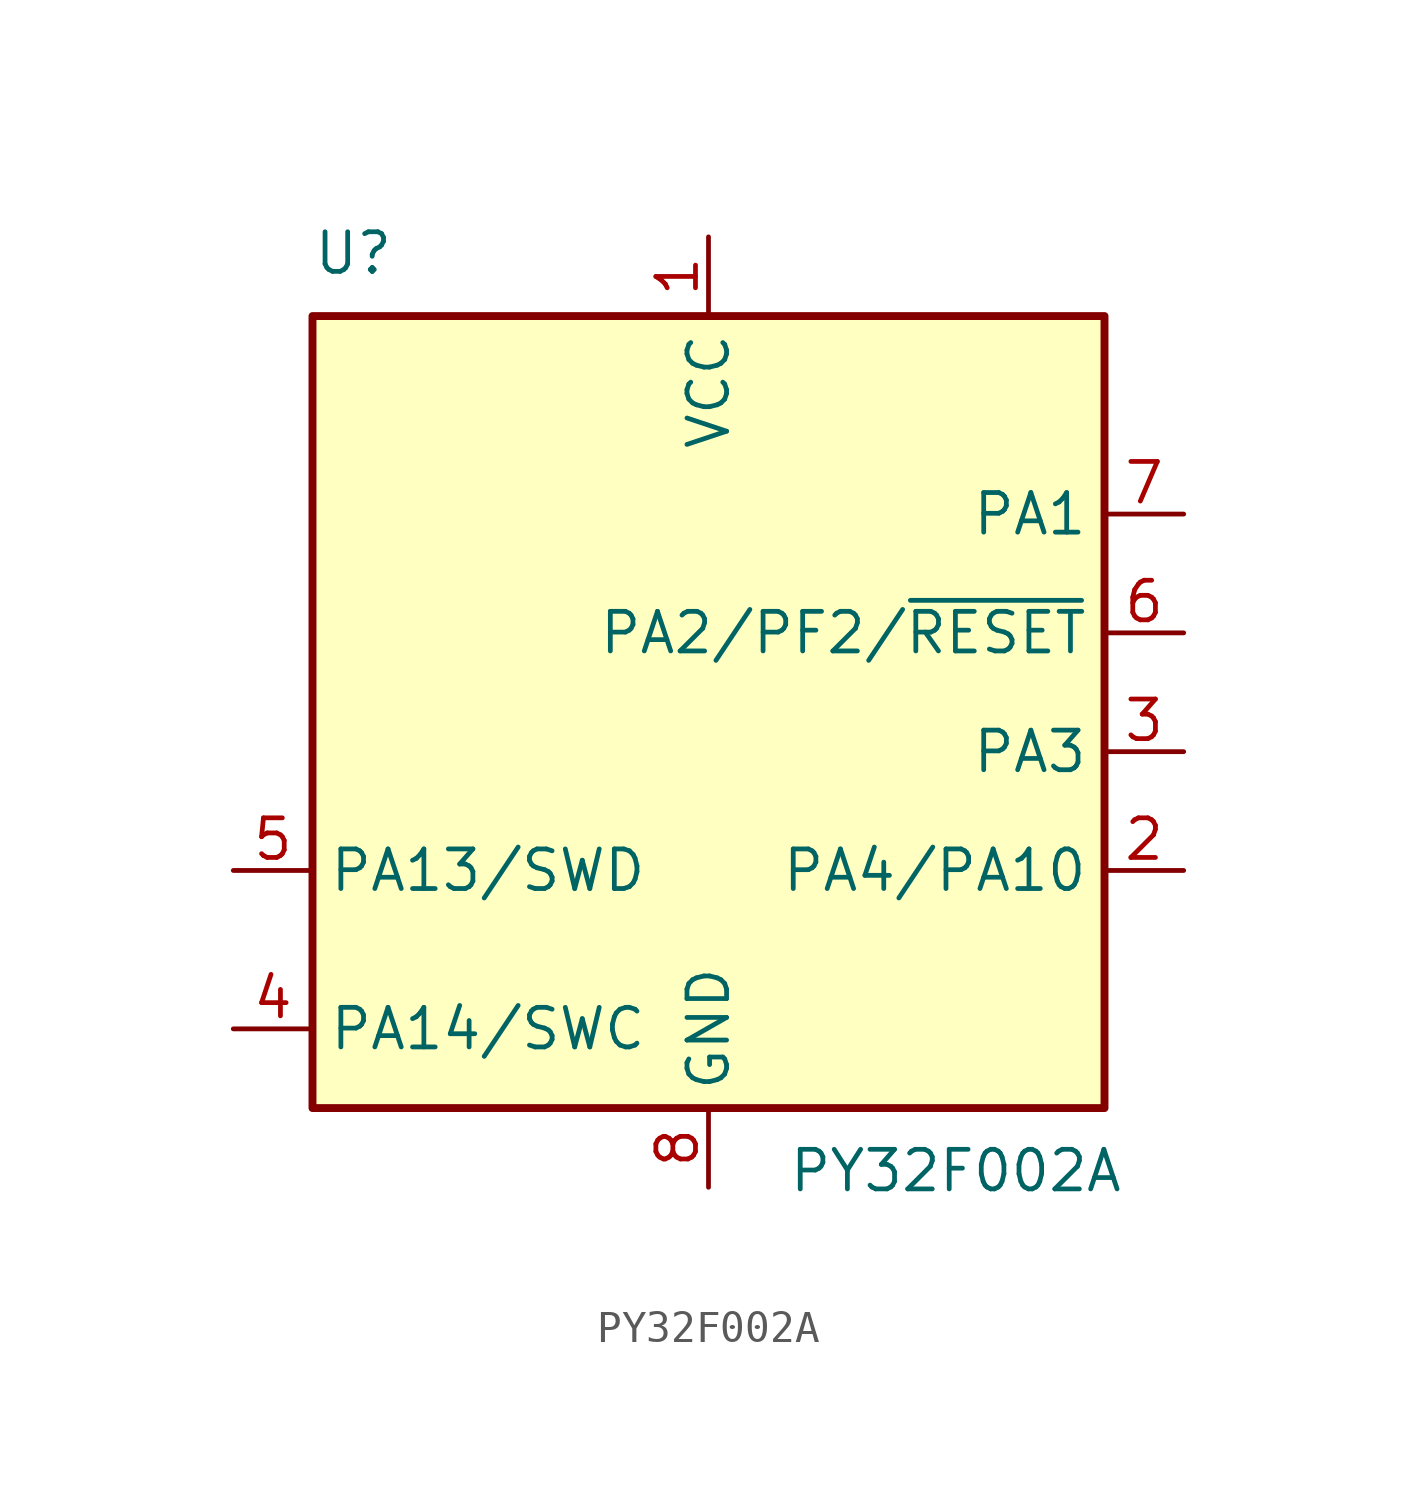
<source format=kicad_sym>
(kicad_symbol_lib
  (version 20211014)
  (generator kicad_symbol_editor)
  (symbol "PY32F002A"
    (property "Reference" "U"
      (at -12.7 13.97 0)
      (effects (font (size 1.27 1.27)) (justify left bottom)))
    (property "Value" "PY32F002A"
      (at 2.54 -13.97 0)
      (effects (font (size 1.27 1.27)) (justify left top)))
    (symbol "PY32F002A_0_1"
      (rectangle (start -12.7 -12.7) (end 12.7 12.7) (stroke (width 0.254) (type default) (color 0 0 0 0)) (fill (type background))))
    (symbol "PY32F002A_1_1"
      (pin power_in line (at 0 15.24 270) (length 2.54) (name "VCC" (effects (font (size 1.27 1.27)))) (number "1" (effects (font (size 1.27 1.27)))))
      (pin bidirectional line (at 15.24 -5.08 180) (length 2.54) (name "PA4/PA10" (effects (font (size 1.27 1.27)))) (number "2" (effects (font (size 1.27 1.27)))))
      (pin bidirectional line (at 15.24 -1.27 180) (length 2.54) (name "PA3" (effects (font (size 1.27 1.27)))) (number "3" (effects (font (size 1.27 1.27)))))
      (pin bidirectional line (at -15.24 -10.16 0) (length 2.54) (name "PA14/SWC" (effects (font (size 1.27 1.27)))) (number "4" (effects (font (size 1.27 1.27)))))
      (pin bidirectional line (at -15.24 -5.08 0) (length 2.54) (name "PA13/SWD" (effects (font (size 1.27 1.27)))) (number "5" (effects (font (size 1.27 1.27)))))
      (pin bidirectional line (at 15.24 2.54 180) (length 2.54) (name "PA2/PF2/~{RESET}" (effects (font (size 1.27 1.27)))) (number "6" (effects (font (size 1.27 1.27)))))
      (pin bidirectional line (at 15.24 6.35 180) (length 2.54) (name "PA1" (effects (font (size 1.27 1.27)))) (number "7" (effects (font (size 1.27 1.27)))))
      (pin power_in line (at 0 -15.24 90) (length 2.54) (name "GND" (effects (font (size 1.27 1.27)))) (number "8" (effects (font (size 1.27 1.27))))))))
</source>
